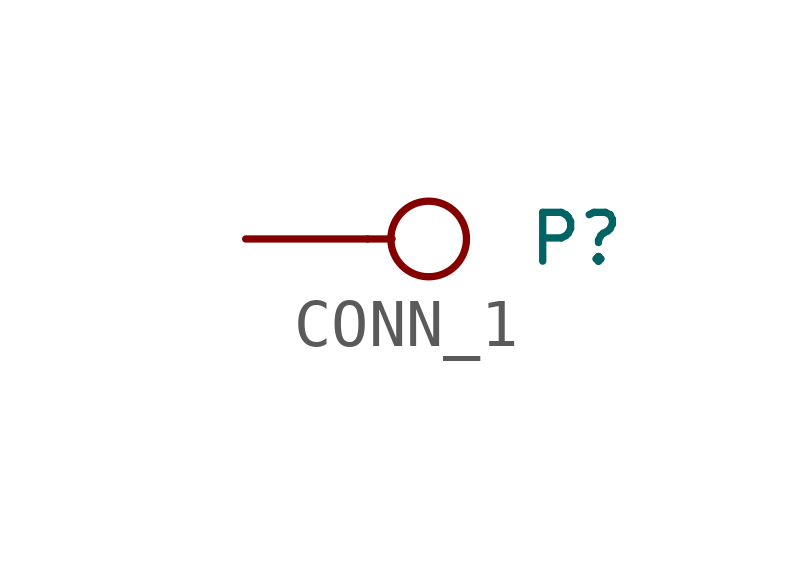
<source format=kicad_sym>
(kicad_symbol_lib
  (version 20241209)
  (generator "kicad_symbol_editor")
  (generator_version "9.0")
  (symbol "CONN_1"
    (pin_numbers
      (hide yes))
    (pin_names
      (offset 0.762)
      (hide yes))
    (property "Reference" "P"
      (at 2.032 0 0)
      (effects (font (size 1.016 1.016)) (justify left)))
    (property "Footprint" ""
      (at 0 0 0)
      (effects (font (size 1.524 1.524))))
    (property "Datasheet" ""
      (at 0 0 0)
      (effects (font (size 1.524 1.524))))
    (symbol "CONN_1_0_1"
      (polyline (pts (xy -0.762 0) (xy -1.27 0)) (stroke (width 0) (type default)) (fill (type none)))
      (circle (center 0 0) (radius 0.787) (stroke (width 0) (type default)) (fill (type none))))
    (symbol "CONN_1_1_1"
      (pin passive line (at -3.81 0 0) (length 2.54) (name "1" (effects (font (size 1.524 1.524)))) (number "~" (effects (font (size 1.524 1.524))))))))
</source>
